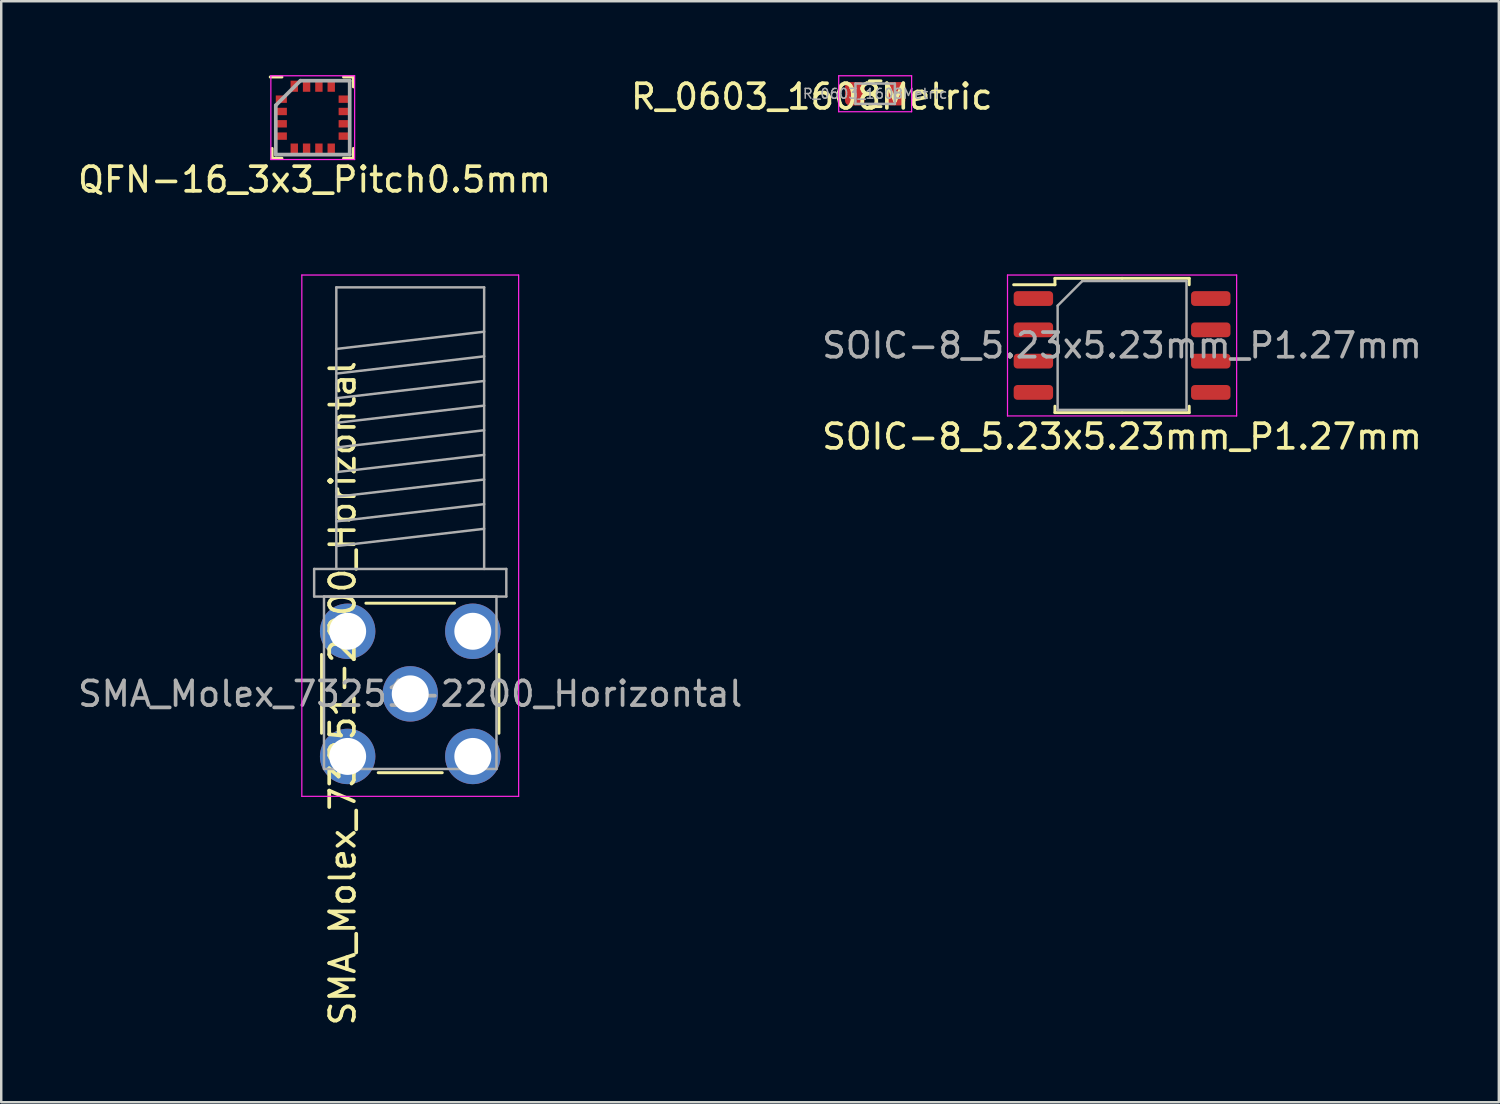
<source format=kicad_pcb>
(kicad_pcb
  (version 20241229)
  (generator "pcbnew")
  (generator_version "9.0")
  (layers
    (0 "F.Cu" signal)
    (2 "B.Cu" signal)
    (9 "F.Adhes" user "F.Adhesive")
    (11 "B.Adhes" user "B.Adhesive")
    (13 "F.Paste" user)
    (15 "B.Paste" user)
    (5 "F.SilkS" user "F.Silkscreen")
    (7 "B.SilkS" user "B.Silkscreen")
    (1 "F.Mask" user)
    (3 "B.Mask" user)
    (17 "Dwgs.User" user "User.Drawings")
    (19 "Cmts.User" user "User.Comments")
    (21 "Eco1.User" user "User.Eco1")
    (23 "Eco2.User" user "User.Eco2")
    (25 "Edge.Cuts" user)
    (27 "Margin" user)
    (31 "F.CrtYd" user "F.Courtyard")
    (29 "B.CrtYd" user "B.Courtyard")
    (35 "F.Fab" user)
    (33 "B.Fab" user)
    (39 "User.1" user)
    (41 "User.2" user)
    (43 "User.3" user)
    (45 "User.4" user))
  (footprint "R_0603_1608Metric"
    (layer "F.Cu")
    (at 32.472 0.755)
    (property "Reference" "R_0603_1608Metric" (at -2.573 0.119 0) (layer "F.SilkS") (effects (font (size 1 1) (thickness 0.15))))
    (attr smd)
    (fp_line (start -0.237 -0.522) (end 0.237 -0.522) (stroke (width 0.12) (type solid)) (layer "F.SilkS"))
    (fp_line (start -0.237 0.522) (end 0.237 0.522) (stroke (width 0.12) (type solid)) (layer "F.SilkS"))
    (fp_line (start -1.48 -0.73) (end 1.48 -0.73) (stroke (width 0.05) (type solid)) (layer "F.CrtYd"))
    (fp_line (start -1.48 0.73) (end -1.48 -0.73) (stroke (width 0.05) (type solid)) (layer "F.CrtYd"))
    (fp_line (start 1.48 -0.73) (end 1.48 0.73) (stroke (width 0.05) (type solid)) (layer "F.CrtYd"))
    (fp_line (start 1.48 0.73) (end -1.48 0.73) (stroke (width 0.05) (type solid)) (layer "F.CrtYd"))
    (fp_line (start -0.8 -0.412) (end 0.8 -0.412) (stroke (width 0.1) (type solid)) (layer "F.Fab"))
    (fp_line (start -0.8 0.412) (end -0.8 -0.412) (stroke (width 0.1) (type solid)) (layer "F.Fab"))
    (fp_line (start 0.8 -0.412) (end 0.8 0.412) (stroke (width 0.1) (type solid)) (layer "F.Fab"))
    (fp_line (start 0.8 0.412) (end -0.8 0.412) (stroke (width 0.1) (type solid)) (layer "F.Fab"))
    (fp_text user "${REFERENCE}" (at 0 0 0) (layer "F.Fab") (effects (font (size 0.4 0.4) (thickness 0.06))))
    (pad "1" smd roundrect (at -0.825 0) (size 0.8 0.95) (layers "F.Cu" "F.Mask" "F.Paste") (roundrect_rratio 0.25))
    (pad "2" smd roundrect (at 0.825 0) (size 0.8 0.95) (layers "F.Cu" "F.Mask" "F.Paste") (roundrect_rratio 0.25)))
  (footprint "QFN-16_3x3_Pitch0.5mm"
    (layer "F.Cu")
    (at 9.644 1.725)
    (property "Reference" "QFN-16_3x3_Pitch0.5mm" (at 0.076 2.515 0) (layer "F.SilkS") (effects (font (size 1 1) (thickness 0.15))))
    (attr through_hole)
    (fp_line (start -1.65 1.65) (end -1.65 1.25) (stroke (width 0.12) (type solid)) (layer "F.SilkS"))
    (fp_line (start -1.25 -1.65) (end -1.725 -1.65) (stroke (width 0.12) (type solid)) (layer "F.SilkS"))
    (fp_line (start -1.25 1.65) (end -1.65 1.65) (stroke (width 0.12) (type solid)) (layer "F.SilkS"))
    (fp_line (start 1.25 -1.65) (end 1.65 -1.65) (stroke (width 0.12) (type solid)) (layer "F.SilkS"))
    (fp_line (start 1.25 1.65) (end 1.65 1.65) (stroke (width 0.12) (type solid)) (layer "F.SilkS"))
    (fp_line (start 1.65 -1.65) (end 1.65 -1.25) (stroke (width 0.12) (type solid)) (layer "F.SilkS"))
    (fp_line (start 1.65 1.65) (end 1.65 1.25) (stroke (width 0.12) (type solid)) (layer "F.SilkS"))
    (fp_line (start -1.7 -1.7) (end 1.7 -1.7) (stroke (width 0.05) (type solid)) (layer "F.CrtYd"))
    (fp_line (start -1.7 1.7) (end -1.7 -1.7) (stroke (width 0.05) (type solid)) (layer "F.CrtYd"))
    (fp_line (start 1.7 -1.7) (end 1.7 1.7) (stroke (width 0.05) (type solid)) (layer "F.CrtYd"))
    (fp_line (start 1.7 1.7) (end -1.7 1.7) (stroke (width 0.05) (type solid)) (layer "F.CrtYd"))
    (fp_line (start -1.5 -0.5) (end -1.5 1.5) (stroke (width 0.15) (type solid)) (layer "F.Fab"))
    (fp_line (start -1.5 1.5) (end 1.5 1.5) (stroke (width 0.15) (type solid)) (layer "F.Fab"))
    (fp_line (start -0.5 -1.5) (end -1.5 -0.5) (stroke (width 0.15) (type solid)) (layer "F.Fab"))
    (fp_line (start 1.5 -1.5) (end -0.5 -1.5) (stroke (width 0.15) (type solid)) (layer "F.Fab"))
    (fp_line (start 1.5 1.5) (end 1.5 -1.5) (stroke (width 0.15) (type solid)) (layer "F.Fab"))
    (pad "1" smd rect (at -1.275 -0.75 90) (size 0.3 0.45) (layers "F.Cu" "F.Mask" "F.Paste"))
    (pad "2" smd rect (at -1.275 -0.25 90) (size 0.3 0.45) (layers "F.Cu" "F.Mask" "F.Paste"))
    (pad "3" smd rect (at -1.275 0.25 90) (size 0.3 0.45) (layers "F.Cu" "F.Mask" "F.Paste"))
    (pad "4" smd rect (at -1.275 0.75 90) (size 0.3 0.45) (layers "F.Cu" "F.Mask" "F.Paste"))
    (pad "5" smd rect (at -0.75 1.275) (size 0.3 0.45) (layers "F.Cu" "F.Mask" "F.Paste"))
    (pad "6" smd rect (at -0.25 1.275) (size 0.3 0.45) (layers "F.Cu" "F.Mask" "F.Paste"))
    (pad "7" smd rect (at 0.25 1.275) (size 0.3 0.45) (layers "F.Cu" "F.Mask" "F.Paste"))
    (pad "8" smd rect (at 0.75 1.275) (size 0.3 0.45) (layers "F.Cu" "F.Mask" "F.Paste"))
    (pad "9" smd rect (at 1.275 0.75 90) (size 0.3 0.45) (layers "F.Cu" "F.Mask" "F.Paste"))
    (pad "10" smd rect (at 1.275 0.25 90) (size 0.3 0.45) (layers "F.Cu" "F.Mask" "F.Paste"))
    (pad "11" smd rect (at 1.275 -0.25 90) (size 0.3 0.45) (layers "F.Cu" "F.Mask" "F.Paste"))
    (pad "12" smd rect (at 1.275 -0.75 90) (size 0.3 0.45) (layers "F.Cu" "F.Mask" "F.Paste"))
    (pad "13" smd rect (at 0.75 -1.275) (size 0.3 0.45) (layers "F.Cu" "F.Mask" "F.Paste"))
    (pad "14" smd rect (at 0.25 -1.275) (size 0.3 0.45) (layers "F.Cu" "F.Mask" "F.Paste"))
    (pad "15" smd rect (at -0.25 -1.275) (size 0.3 0.45) (layers "F.Cu" "F.Mask" "F.Paste"))
    (pad "16" smd rect (at -0.75 -1.275) (size 0.3 0.45) (layers "F.Cu" "F.Mask" "F.Paste")))
  (footprint "SOIC-8_5.23x5.23mm_P1.27mm"
    (layer "F.Cu")
    (at 42.494 10.973)
    (property "Reference" "SOIC-8_5.23x5.23mm_P1.27mm" (at 0 3.7 0) (layer "F.SilkS") (effects (font (size 1 1) (thickness 0.15))))
    (attr smd)
    (fp_line (start -2.725 -2.725) (end -2.725 -2.465) (stroke (width 0.12) (type solid)) (layer "F.SilkS"))
    (fp_line (start -2.725 -2.465) (end -4.4 -2.465) (stroke (width 0.12) (type solid)) (layer "F.SilkS"))
    (fp_line (start -2.725 2.725) (end -2.725 2.465) (stroke (width 0.12) (type solid)) (layer "F.SilkS"))
    (fp_line (start 0 -2.725) (end -2.725 -2.725) (stroke (width 0.12) (type solid)) (layer "F.SilkS"))
    (fp_line (start 0 -2.725) (end 2.725 -2.725) (stroke (width 0.12) (type solid)) (layer "F.SilkS"))
    (fp_line (start 0 2.725) (end -2.725 2.725) (stroke (width 0.12) (type solid)) (layer "F.SilkS"))
    (fp_line (start 0 2.725) (end 2.725 2.725) (stroke (width 0.12) (type solid)) (layer "F.SilkS"))
    (fp_line (start 2.725 -2.725) (end 2.725 -2.465) (stroke (width 0.12) (type solid)) (layer "F.SilkS"))
    (fp_line (start 2.725 2.725) (end 2.725 2.465) (stroke (width 0.12) (type solid)) (layer "F.SilkS"))
    (fp_line (start -4.65 -2.86) (end -4.65 2.86) (stroke (width 0.05) (type solid)) (layer "F.CrtYd"))
    (fp_line (start -4.65 2.86) (end 4.65 2.86) (stroke (width 0.05) (type solid)) (layer "F.CrtYd"))
    (fp_line (start 4.65 -2.86) (end -4.65 -2.86) (stroke (width 0.05) (type solid)) (layer "F.CrtYd"))
    (fp_line (start 4.65 2.86) (end 4.65 -2.86) (stroke (width 0.05) (type solid)) (layer "F.CrtYd"))
    (fp_line (start -2.615 -1.615) (end -1.615 -2.615) (stroke (width 0.1) (type solid)) (layer "F.Fab"))
    (fp_line (start -2.615 2.615) (end -2.615 -1.615) (stroke (width 0.1) (type solid)) (layer "F.Fab"))
    (fp_line (start -1.615 -2.615) (end 2.615 -2.615) (stroke (width 0.1) (type solid)) (layer "F.Fab"))
    (fp_line (start 2.615 -2.615) (end 2.615 2.615) (stroke (width 0.1) (type solid)) (layer "F.Fab"))
    (fp_line (start 2.615 2.615) (end -2.615 2.615) (stroke (width 0.1) (type solid)) (layer "F.Fab"))
    (fp_text user "${REFERENCE}" (at 0 0 0) (layer "F.Fab") (effects (font (size 1 1) (thickness 0.15))))
    (pad "1" smd roundrect (at -3.6 -1.905 180) (size 1.6 0.6) (layers "F.Cu" "F.Mask" "F.Paste") (roundrect_rratio 0.25))
    (pad "2" smd roundrect (at -3.6 -0.635 180) (size 1.6 0.6) (layers "F.Cu" "F.Mask" "F.Paste") (roundrect_rratio 0.25))
    (pad "3" smd roundrect (at -3.6 0.635 180) (size 1.6 0.6) (layers "F.Cu" "F.Mask" "F.Paste") (roundrect_rratio 0.25))
    (pad "4" smd roundrect (at -3.6 1.905 180) (size 1.6 0.6) (layers "F.Cu" "F.Mask" "F.Paste") (roundrect_rratio 0.25))
    (pad "5" smd roundrect (at 3.6 1.905 180) (size 1.6 0.6) (layers "F.Cu" "F.Mask" "F.Paste") (roundrect_rratio 0.25))
    (pad "6" smd roundrect (at 3.6 0.635 180) (size 1.6 0.6) (layers "F.Cu" "F.Mask" "F.Paste") (roundrect_rratio 0.25))
    (pad "7" smd roundrect (at 3.6 -0.635 180) (size 1.6 0.6) (layers "F.Cu" "F.Mask" "F.Paste") (roundrect_rratio 0.25))
    (pad "8" smd roundrect (at 3.6 -1.905 180) (size 1.6 0.6) (layers "F.Cu" "F.Mask" "F.Paste") (roundrect_rratio 0.25)))
  (footprint "SMA_Molex_73251-2200_Horizontal"
    (layer "F.Cu")
    (at 13.601 25.113)
    (property "Reference" "SMA_Molex_73251-2200_Horizontal" (at -2.743 -0.025 90) (layer "F.SilkS") (effects (font (size 1 1) (thickness 0.15))))
    (attr through_hole)
    (fp_line (start -3.6 -1.6) (end -3.6 1.6) (stroke (width 0.12) (type solid)) (layer "F.SilkS"))
    (fp_line (start -1.8 -3.68) (end 1.8 -3.68) (stroke (width 0.12) (type solid)) (layer "F.SilkS"))
    (fp_line (start -1.3 3.2) (end 1.3 3.2) (stroke (width 0.12) (type solid)) (layer "F.SilkS"))
    (fp_line (start 3.6 -1.6) (end 3.6 1.6) (stroke (width 0.12) (type solid)) (layer "F.SilkS"))
    (fp_line (start -4.4 -17) (end -4.4 4.16) (stroke (width 0.05) (type solid)) (layer "F.CrtYd"))
    (fp_line (start -4.4 -17) (end 4.4 -17) (stroke (width 0.05) (type solid)) (layer "F.CrtYd"))
    (fp_line (start 4.4 4.16) (end -4.4 4.16) (stroke (width 0.05) (type solid)) (layer "F.CrtYd"))
    (fp_line (start 4.4 4.16) (end 4.4 -17) (stroke (width 0.05) (type solid)) (layer "F.CrtYd"))
    (fp_line (start -3.9 -5.07) (end -3.9 -3.95) (stroke (width 0.1) (type solid)) (layer "F.Fab"))
    (fp_line (start -3.9 -3.95) (end 3.9 -3.95) (stroke (width 0.1) (type solid)) (layer "F.Fab"))
    (fp_line (start -3.5 -3.95) (end -3.5 3.05) (stroke (width 0.1) (type solid)) (layer "F.Fab"))
    (fp_line (start -3.5 -3.95) (end 3.5 -3.95) (stroke (width 0.1) (type solid)) (layer "F.Fab"))
    (fp_line (start -3.5 3.05) (end 3.5 3.05) (stroke (width 0.1) (type solid)) (layer "F.Fab"))
    (fp_line (start -3 -16.5) (end -3 -5.07) (stroke (width 0.1) (type solid)) (layer "F.Fab"))
    (fp_line (start -3 -16.5) (end 3 -16.5) (stroke (width 0.1) (type solid)) (layer "F.Fab"))
    (fp_line (start -3 -14) (end 3 -14.7) (stroke (width 0.1) (type solid)) (layer "F.Fab"))
    (fp_line (start -3 -13) (end 3 -13.7) (stroke (width 0.1) (type solid)) (layer "F.Fab"))
    (fp_line (start -3 -12) (end 3 -12.7) (stroke (width 0.1) (type solid)) (layer "F.Fab"))
    (fp_line (start -3 -11) (end 3 -11.7) (stroke (width 0.1) (type solid)) (layer "F.Fab"))
    (fp_line (start -3 -10) (end 3 -10.7) (stroke (width 0.1) (type solid)) (layer "F.Fab"))
    (fp_line (start -3 -9) (end 3 -9.7) (stroke (width 0.1) (type solid)) (layer "F.Fab"))
    (fp_line (start -3 -8) (end 3 -8.7) (stroke (width 0.1) (type solid)) (layer "F.Fab"))
    (fp_line (start -3 -7) (end 3 -7.7) (stroke (width 0.1) (type solid)) (layer "F.Fab"))
    (fp_line (start -3 -6) (end 3 -6.7) (stroke (width 0.1) (type solid)) (layer "F.Fab"))
    (fp_line (start 3 -16.5) (end 3 -5.07) (stroke (width 0.1) (type solid)) (layer "F.Fab"))
    (fp_line (start 3.5 -3.95) (end 3.5 3.05) (stroke (width 0.1) (type solid)) (layer "F.Fab"))
    (fp_line (start 3.9 -5.07) (end -3.9 -5.07) (stroke (width 0.1) (type solid)) (layer "F.Fab"))
    (fp_line (start 3.9 -3.95) (end 3.9 -5.07) (stroke (width 0.1) (type solid)) (layer "F.Fab"))
    (fp_text user "${REFERENCE}" (at 0 0 180) (layer "F.Fab") (effects (font (size 1 1) (thickness 0.15))))
    (pad "1" thru_hole circle (at 0 0) (size 2.25 2.25) (drill 1.5) (layers "*.Cu" "*.Mask"))
    (pad "2" thru_hole circle (at -2.54 -2.54) (size 2.25 2.25) (drill 1.5) (layers "*.Cu" "*.Mask"))
    (pad "2" thru_hole circle (at -2.54 2.54) (size 2.25 2.25) (drill 1.5) (layers "*.Cu" "*.Mask"))
    (pad "2" thru_hole circle (at 2.54 -2.54) (size 2.25 2.25) (drill 1.5) (layers "*.Cu" "*.Mask"))
    (pad "2" thru_hole circle (at 2.54 2.54 90) (size 2.25 2.25) (drill 1.5) (layers "*.Cu" "*.Mask")))
  (gr_rect
    (start -3 -3)
    (end 57.786 41.689)
    (stroke (width 0.1) (type default))
    (fill no)
    (layer "Edge.Cuts")))
</source>
